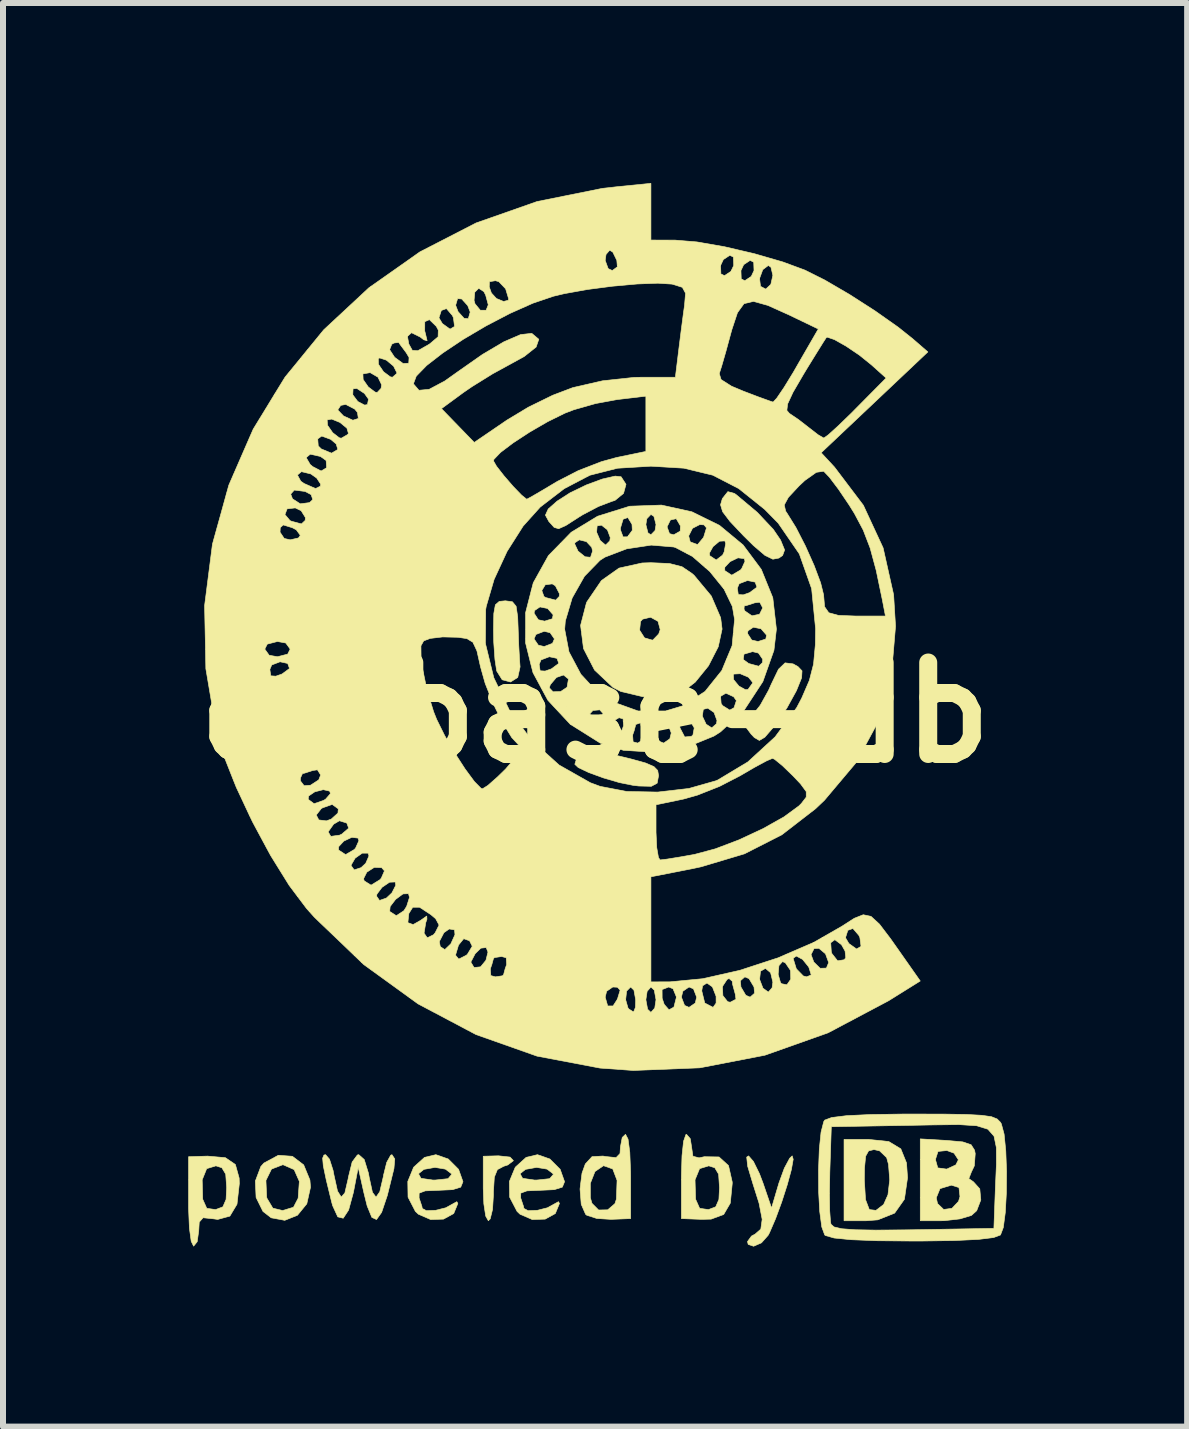
<source format=kicad_pcb>
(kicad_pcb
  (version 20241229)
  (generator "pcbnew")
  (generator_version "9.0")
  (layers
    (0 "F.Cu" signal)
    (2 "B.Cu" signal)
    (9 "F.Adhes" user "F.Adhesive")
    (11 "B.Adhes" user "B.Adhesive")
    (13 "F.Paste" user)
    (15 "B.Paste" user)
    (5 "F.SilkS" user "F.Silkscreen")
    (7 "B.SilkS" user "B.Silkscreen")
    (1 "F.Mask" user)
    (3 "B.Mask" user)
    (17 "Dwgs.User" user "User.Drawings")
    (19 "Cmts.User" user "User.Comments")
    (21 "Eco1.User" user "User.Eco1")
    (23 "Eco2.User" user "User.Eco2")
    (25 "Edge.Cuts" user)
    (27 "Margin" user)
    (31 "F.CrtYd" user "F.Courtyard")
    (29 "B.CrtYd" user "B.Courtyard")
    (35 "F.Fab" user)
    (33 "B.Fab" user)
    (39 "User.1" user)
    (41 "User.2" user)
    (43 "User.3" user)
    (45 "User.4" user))
  (footprint "c-base-db"
    (layer "F.Cu")
    (at 6.865 8.824)
    (property "Reference" "c-base-db" (at 0 0 0) (layer "F.SilkS") (effects (font (size 1.524 1.524) (thickness 0.3))))
    (attr through_hole)
    (fp_poly (pts (xy -1.416 7.406) (xy -1.36 7.466) (xy -1.453 7.537) (xy -1.524 7.56) (xy -1.627 7.615) (xy -1.678 7.74) (xy -1.693 7.981) (xy -1.693 8.035) (xy -1.708 8.279) (xy -1.747 8.436) (xy -1.778 8.467) (xy -1.822 8.389) (xy -1.853 8.184) (xy -1.863 7.929) (xy -1.863 7.392) (xy -1.609 7.385) (xy -1.416 7.406)) (stroke (width 0.01) (type solid)) (fill yes) (layer "F.SilkS"))
    (fp_poly (pts (xy 2.323 -3.652) (xy 2.355 -3.629) (xy 2.703 -3.337) (xy 2.971 -3.052) (xy 3.092 -2.874) (xy 3.159 -2.71) (xy 3.125 -2.618) (xy 3.063 -2.575) (xy 2.963 -2.556) (xy 2.832 -2.619) (xy 2.64 -2.783) (xy 2.476 -2.945) (xy 2.248 -3.186) (xy 2.126 -3.347) (xy 2.091 -3.463) (xy 2.122 -3.567) (xy 2.213 -3.682) (xy 2.323 -3.652)) (stroke (width 0.01) (type solid)) (fill yes) (layer "F.SilkS"))
    (fp_poly (pts (xy -1.377 -1.847) (xy -1.315 -1.772) (xy -1.289 -1.596) (xy -1.282 -1.418) (xy -1.271 -1.117) (xy -1.256 -0.854) (xy -1.249 -0.762) (xy -1.288 -0.586) (xy -1.408 -0.51) (xy -1.547 -0.547) (xy -1.639 -0.694) (xy -1.668 -0.887) (xy -1.688 -1.173) (xy -1.692 -1.376) (xy -1.687 -1.65) (xy -1.661 -1.796) (xy -1.596 -1.853) (xy -1.494 -1.863) (xy -1.377 -1.847)) (stroke (width 0.01) (type solid)) (fill yes) (layer "F.SilkS"))
    (fp_poly (pts (xy 0.141 0.665) (xy 0.219 0.681) (xy 0.599 0.772) (xy 0.844 0.84) (xy 0.982 0.9) (xy 1.044 0.964) (xy 1.058 1.047) (xy 1.058 1.053) (xy 1.035 1.176) (xy 0.938 1.228) (xy 0.729 1.223) (xy 0.635 1.212) (xy 0.406 1.166) (xy 0.143 1.089) (xy -0.102 1) (xy -0.279 0.916) (xy -0.337 0.861) (xy -0.288 0.702) (xy -0.135 0.638) (xy 0.141 0.665)) (stroke (width 0.01) (type solid)) (fill yes) (layer "F.SilkS"))
    (fp_poly (pts (xy 0.434 -3.93) (xy 0.516 -3.804) (xy 0.475 -3.653) (xy 0.332 -3.536) (xy 0.275 -3.518) (xy 0.055 -3.434) (xy -0.205 -3.297) (xy -0.273 -3.255) (xy -0.486 -3.118) (xy -0.606 -3.064) (xy -0.681 -3.086) (xy -0.763 -3.177) (xy -0.77 -3.185) (xy -0.827 -3.29) (xy -0.78 -3.393) (xy -0.633 -3.523) (xy -0.415 -3.663) (xy -0.146 -3.793) (xy 0.121 -3.892) (xy 0.336 -3.941) (xy 0.434 -3.93)) (stroke (width 0.01) (type solid)) (fill yes) (layer "F.SilkS"))
    (fp_poly (pts (xy 3.3 -0.812) (xy 3.381 -0.767) (xy 3.449 -0.696) (xy 3.442 -0.579) (xy 3.356 -0.366) (xy 3.197 -0.077) (xy 3.003 0.206) (xy 2.977 0.239) (xy 2.829 0.41) (xy 2.738 0.464) (xy 2.655 0.416) (xy 2.6 0.358) (xy 2.504 0.23) (xy 2.531 0.134) (xy 2.619 0.047) (xy 2.753 -0.123) (xy 2.892 -0.373) (xy 2.937 -0.474) (xy 3.057 -0.723) (xy 3.167 -0.829) (xy 3.3 -0.812)) (stroke (width 0.01) (type solid)) (fill yes) (layer "F.SilkS"))
    (fp_poly (pts (xy 3.302 7.443) (xy 3.271 7.617) (xy 3.203 7.867) (xy 3.111 8.153) (xy 3.008 8.433) (xy 2.907 8.667) (xy 2.884 8.71) (xy 2.773 8.835) (xy 2.642 8.892) (xy 2.552 8.861) (xy 2.54 8.814) (xy 2.607 8.722) (xy 2.667 8.69) (xy 2.762 8.607) (xy 2.785 8.444) (xy 2.733 8.175) (xy 2.627 7.839) (xy 2.543 7.558) (xy 2.527 7.407) (xy 2.558 7.386) (xy 2.639 7.479) (xy 2.739 7.682) (xy 2.798 7.837) (xy 2.941 8.255) (xy 3.065 7.836) (xy 3.154 7.592) (xy 3.243 7.426) (xy 3.285 7.386) (xy 3.302 7.443)) (stroke (width 0.01) (type solid)) (fill yes) (layer "F.SilkS"))
    (fp_poly (pts (xy 4.894 7.147) (xy 5.095 7.269) (xy 5.19 7.504) (xy 5.207 7.751) (xy 5.155 8.109) (xy 4.992 8.34) (xy 4.711 8.452) (xy 4.517 8.467) (xy 4.149 8.467) (xy 4.149 7.789) (xy 4.487 7.789) (xy 4.507 8.115) (xy 4.57 8.281) (xy 4.681 8.294) (xy 4.809 8.196) (xy 4.881 8.034) (xy 4.91 7.786) (xy 4.89 7.528) (xy 4.859 7.415) (xy 4.741 7.302) (xy 4.648 7.281) (xy 4.558 7.303) (xy 4.509 7.392) (xy 4.49 7.587) (xy 4.487 7.789) (xy 4.149 7.789) (xy 4.149 7.112) (xy 4.562 7.112) (xy 4.894 7.147)) (stroke (width 0.01) (type solid)) (fill yes) (layer "F.SilkS"))
    (fp_poly (pts (xy -5.043 7.393) (xy -4.855 7.536) (xy -4.751 7.788) (xy -4.741 7.909) (xy -4.803 8.185) (xy -4.959 8.376) (xy -5.17 8.46) (xy -5.396 8.418) (xy -5.533 8.312) (xy -5.648 8.079) (xy -5.66 7.805) (xy -5.656 7.795) (xy -5.484 7.795) (xy -5.472 8.072) (xy -5.467 8.092) (xy -5.369 8.257) (xy -5.207 8.297) (xy -5.025 8.242) (xy -4.947 8.092) (xy -4.927 7.811) (xy -5.014 7.615) (xy -5.193 7.536) (xy -5.207 7.535) (xy -5.391 7.606) (xy -5.484 7.795) (xy -5.656 7.795) (xy -5.569 7.564) (xy -5.518 7.506) (xy -5.277 7.376) (xy -5.043 7.393)) (stroke (width 0.01) (type solid)) (fill yes) (layer "F.SilkS"))
    (fp_poly (pts (xy 1.587 7.1) (xy 1.609 7.241) (xy 1.631 7.392) (xy 1.733 7.419) (xy 1.821 7.4) (xy 2.066 7.404) (xy 2.224 7.548) (xy 2.286 7.822) (xy 2.286 7.848) (xy 2.254 8.173) (xy 2.144 8.362) (xy 1.935 8.44) (xy 1.777 8.444) (xy 1.439 8.431) (xy 1.439 7.785) (xy 1.666 7.785) (xy 1.675 8.095) (xy 1.677 8.112) (xy 1.743 8.26) (xy 1.89 8.281) (xy 2.011 8.235) (xy 2.064 8.112) (xy 2.074 7.916) (xy 2.059 7.691) (xy 1.995 7.584) (xy 1.895 7.552) (xy 1.742 7.599) (xy 1.666 7.785) (xy 1.439 7.785) (xy 1.439 7.729) (xy 1.449 7.385) (xy 1.475 7.142) (xy 1.514 7.031) (xy 1.524 7.027) (xy 1.587 7.1)) (stroke (width 0.01) (type solid)) (fill yes) (layer "F.SilkS"))
    (fp_poly (pts (xy -6.16 7.416) (xy -5.993 7.53) (xy -5.93 7.756) (xy -5.927 7.848) (xy -5.966 8.192) (xy -6.085 8.39) (xy -6.287 8.445) (xy -6.358 8.435) (xy -6.531 8.417) (xy -6.595 8.49) (xy -6.604 8.638) (xy -6.629 8.816) (xy -6.688 8.89) (xy -6.689 8.89) (xy -6.729 8.81) (xy -6.759 8.59) (xy -6.773 8.258) (xy -6.773 8.145) (xy -6.773 7.785) (xy -6.546 7.785) (xy -6.538 8.095) (xy -6.536 8.112) (xy -6.47 8.26) (xy -6.322 8.281) (xy -6.201 8.235) (xy -6.148 8.112) (xy -6.138 7.916) (xy -6.154 7.691) (xy -6.218 7.584) (xy -6.318 7.552) (xy -6.471 7.599) (xy -6.546 7.785) (xy -6.773 7.785) (xy -6.773 7.4) (xy -6.456 7.39) (xy -6.16 7.416)) (stroke (width 0.01) (type solid)) (fill yes) (layer "F.SilkS"))
    (fp_poly (pts (xy 0.55 7.107) (xy 0.579 7.325) (xy 0.592 7.65) (xy 0.593 7.729) (xy 0.593 8.431) (xy 0.266 8.444) (xy 0.029 8.429) (xy -0.138 8.375) (xy -0.157 8.36) (xy -0.23 8.193) (xy -0.25 7.939) (xy -0.239 7.845) (xy -0.079 7.845) (xy -0.078 8.084) (xy -0.051 8.177) (xy 0.059 8.288) (xy 0.211 8.285) (xy 0.331 8.182) (xy 0.356 8.107) (xy 0.367 7.794) (xy 0.295 7.604) (xy 0.145 7.551) (xy 0.137 7.552) (xy -0.001 7.647) (xy -0.079 7.845) (xy -0.239 7.845) (xy -0.217 7.674) (xy -0.162 7.521) (xy -0.05 7.399) (xy 0.132 7.389) (xy 0.177 7.397) (xy 0.351 7.415) (xy 0.416 7.347) (xy 0.423 7.237) (xy 0.453 7.079) (xy 0.508 7.027) (xy 0.55 7.107)) (stroke (width 0.01) (type solid)) (fill yes) (layer "F.SilkS"))
    (fp_poly (pts (xy 1.242 -2.484) (xy 1.449 -2.431) (xy 1.616 -2.318) (xy 1.652 -2.286) (xy 1.937 -1.943) (xy 2.093 -1.581) (xy 2.117 -1.392) (xy 2.053 -1.097) (xy 1.89 -0.779) (xy 1.67 -0.508) (xy 1.524 -0.395) (xy 1.187 -0.279) (xy 0.796 -0.265) (xy 0.43 -0.352) (xy 0.296 -0.422) (xy -0.008 -0.709) (xy -0.192 -1.067) (xy -0.231 -1.373) (xy 0.743 -1.373) (xy 0.825 -1.245) (xy 0.954 -1.208) (xy 0.965 -1.211) (xy 1.061 -1.311) (xy 1.086 -1.383) (xy 1.049 -1.521) (xy 0.926 -1.589) (xy 0.792 -1.557) (xy 0.758 -1.518) (xy 0.743 -1.373) (xy -0.231 -1.373) (xy -0.241 -1.453) (xy -0.144 -1.827) (xy -0.135 -1.846) (xy 0.106 -2.2) (xy 0.4 -2.408) (xy 0.784 -2.493) (xy 0.931 -2.498) (xy 1.242 -2.484)) (stroke (width 0.01) (type solid)) (fill yes) (layer "F.SilkS"))
    (fp_poly (pts (xy -3.337 7.437) (xy -3.351 7.599) (xy -3.461 8.045) (xy -3.556 8.327) (xy -3.641 8.447) (xy -3.719 8.411) (xy -3.797 8.221) (xy -3.853 7.995) (xy -3.946 7.578) (xy -4.026 7.994) (xy -4.106 8.288) (xy -4.196 8.425) (xy -4.287 8.402) (xy -4.373 8.214) (xy -4.389 8.155) (xy -4.479 7.786) (xy -4.528 7.552) (xy -4.539 7.424) (xy -4.517 7.372) (xy -4.49 7.366) (xy -4.425 7.441) (xy -4.365 7.628) (xy -4.35 7.707) (xy -4.291 7.973) (xy -4.229 8.072) (xy -4.169 8.004) (xy -4.114 7.768) (xy -4.111 7.746) (xy -4.047 7.488) (xy -3.96 7.371) (xy -3.937 7.366) (xy -3.846 7.447) (xy -3.776 7.673) (xy -3.763 7.746) (xy -3.709 7.994) (xy -3.649 8.073) (xy -3.587 7.984) (xy -3.527 7.729) (xy -3.524 7.707) (xy -3.471 7.494) (xy -3.405 7.375) (xy -3.384 7.366) (xy -3.337 7.437)) (stroke (width 0.01) (type solid)) (fill yes) (layer "F.SilkS"))
    (fp_poly (pts (xy -2.446 7.438) (xy -2.274 7.61) (xy -2.201 7.816) (xy -2.201 7.817) (xy -2.238 7.907) (xy -2.373 7.949) (xy -2.591 7.959) (xy -2.829 7.969) (xy -2.931 8.007) (xy -2.932 8.088) (xy -2.93 8.093) (xy -2.885 8.228) (xy -2.879 8.262) (xy -2.811 8.299) (xy -2.656 8.293) (xy -2.487 8.251) (xy -2.388 8.196) (xy -2.303 8.149) (xy -2.286 8.179) (xy -2.355 8.347) (xy -2.525 8.44) (xy -2.739 8.447) (xy -2.942 8.359) (xy -2.993 8.312) (xy -3.116 8.074) (xy -3.12 7.812) (xy -3.067 7.684) (xy -2.942 7.684) (xy -2.9 7.76) (xy -2.702 7.789) (xy -2.667 7.789) (xy -2.449 7.766) (xy -2.389 7.695) (xy -2.392 7.684) (xy -2.493 7.607) (xy -2.667 7.578) (xy -2.852 7.611) (xy -2.942 7.684) (xy -3.067 7.684) (xy -3.023 7.575) (xy -2.841 7.411) (xy -2.652 7.366) (xy -2.446 7.438)) (stroke (width 0.01) (type solid)) (fill yes) (layer "F.SilkS"))
    (fp_poly (pts (xy -0.753 7.438) (xy -0.581 7.61) (xy -0.508 7.816) (xy -0.508 7.817) (xy -0.545 7.907) (xy -0.68 7.949) (xy -0.898 7.959) (xy -1.135 7.969) (xy -1.238 8.007) (xy -1.239 8.088) (xy -1.237 8.093) (xy -1.192 8.228) (xy -1.185 8.262) (xy -1.117 8.299) (xy -0.962 8.293) (xy -0.794 8.251) (xy -0.694 8.196) (xy -0.609 8.149) (xy -0.593 8.179) (xy -0.662 8.347) (xy -0.831 8.44) (xy -1.046 8.447) (xy -1.249 8.359) (xy -1.299 8.312) (xy -1.423 8.074) (xy -1.427 7.812) (xy -1.374 7.684) (xy -1.249 7.684) (xy -1.207 7.76) (xy -1.009 7.789) (xy -0.974 7.789) (xy -0.756 7.766) (xy -0.695 7.695) (xy -0.699 7.684) (xy -0.799 7.607) (xy -0.974 7.578) (xy -1.159 7.611) (xy -1.249 7.684) (xy -1.374 7.684) (xy -1.329 7.575) (xy -1.148 7.411) (xy -0.959 7.366) (xy -0.753 7.438)) (stroke (width 0.01) (type solid)) (fill yes) (layer "F.SilkS"))
    (fp_poly (pts (xy 5.863 7.129) (xy 6.127 7.153) (xy 6.266 7.2) (xy 6.324 7.291) (xy 6.335 7.349) (xy 6.32 7.552) (xy 6.27 7.657) (xy 6.228 7.765) (xy 6.306 7.819) (xy 6.411 7.936) (xy 6.428 8.12) (xy 6.359 8.3) (xy 6.271 8.379) (xy 6.081 8.436) (xy 5.82 8.466) (xy 5.763 8.467) (xy 5.419 8.467) (xy 5.419 8.085) (xy 5.686 8.085) (xy 5.707 8.181) (xy 5.809 8.279) (xy 5.947 8.26) (xy 6.057 8.144) (xy 6.081 8.064) (xy 6.064 7.914) (xy 5.938 7.874) (xy 5.748 7.932) (xy 5.686 8.085) (xy 5.419 8.085) (xy 5.419 7.451) (xy 5.673 7.451) (xy 5.711 7.586) (xy 5.855 7.606) (xy 5.863 7.605) (xy 6.012 7.536) (xy 6.054 7.451) (xy 5.982 7.341) (xy 5.863 7.297) (xy 5.715 7.312) (xy 5.673 7.443) (xy 5.673 7.451) (xy 5.419 7.451) (xy 5.419 7.103) (xy 5.863 7.129)) (stroke (width 0.01) (type solid)) (fill yes) (layer "F.SilkS"))
    (fp_poly (pts (xy 5.82 6.69) (xy 6.191 6.696) (xy 6.444 6.71) (xy 6.605 6.733) (xy 6.7 6.771) (xy 6.753 6.824) (xy 6.77 6.852) (xy 6.816 7.023) (xy 6.844 7.302) (xy 6.857 7.644) (xy 6.854 8.002) (xy 6.836 8.329) (xy 6.803 8.579) (xy 6.756 8.704) (xy 6.641 8.747) (xy 6.389 8.778) (xy 5.989 8.797) (xy 5.433 8.805) (xy 5.292 8.805) (xy 4.7 8.8) (xy 4.268 8.783) (xy 3.985 8.755) (xy 3.841 8.714) (xy 3.827 8.704) (xy 3.778 8.57) (xy 3.744 8.314) (xy 3.727 8.007) (xy 3.906 8.007) (xy 3.91 8.3) (xy 3.924 8.489) (xy 3.932 8.526) (xy 3.982 8.57) (xy 4.109 8.6) (xy 4.333 8.617) (xy 4.676 8.623) (xy 5.162 8.619) (xy 5.311 8.617) (xy 6.646 8.594) (xy 6.671 7.917) (xy 6.688 7.528) (xy 6.687 7.247) (xy 6.648 7.058) (xy 6.546 6.942) (xy 6.359 6.884) (xy 6.064 6.865) (xy 5.638 6.87) (xy 5.268 6.877) (xy 3.937 6.9) (xy 3.912 7.656) (xy 3.906 8.007) (xy 3.727 8.007) (xy 3.726 7.982) (xy 3.724 7.619) (xy 3.737 7.273) (xy 3.766 6.99) (xy 3.811 6.815) (xy 3.827 6.79) (xy 3.942 6.747) (xy 4.192 6.716) (xy 4.589 6.697) (xy 5.143 6.689) (xy 5.306 6.689) (xy 5.82 6.69)) (stroke (width 0.01) (type solid)) (fill yes) (layer "F.SilkS"))
    (fp_poly (pts (xy 1.614 -3.346) (xy 2.074 -3.12) (xy 2.467 -2.794) (xy 2.77 -2.387) (xy 2.962 -1.914) (xy 3.022 -1.391) (xy 2.981 -1.038) (xy 2.796 -0.516) (xy 2.489 -0.047) (xy 2.092 0.32) (xy 1.981 0.391) (xy 1.513 0.582) (xy 0.991 0.662) (xy 0.473 0.628) (xy 0.085 0.507) (xy -0.317 0.254) (xy 0.229 0.254) (xy 0.236 0.395) (xy 0.304 0.423) (xy 0.412 0.403) (xy 0.423 0.388) (xy 0.427 0.374) (xy 0.626 0.374) (xy 0.634 0.487) (xy 0.711 0.508) (xy 0.824 0.437) (xy 0.847 0.339) (xy 1.016 0.339) (xy 1.069 0.477) (xy 1.143 0.508) (xy 1.246 0.437) (xy 1.27 0.339) (xy 1.217 0.201) (xy 1.143 0.169) (xy 1.04 0.24) (xy 1.016 0.339) (xy 0.847 0.339) (xy 0.811 0.201) (xy 0.762 0.169) (xy 0.68 0.197) (xy 0.677 0.205) (xy 0.651 0.304) (xy 0.626 0.374) (xy 0.427 0.374) (xy 0.45 0.288) (xy 0.475 0.219) (xy 0.47 0.15) (xy 1.406 0.15) (xy 1.415 0.254) (xy 1.494 0.406) (xy 1.605 0.396) (xy 1.631 0.373) (xy 1.653 0.255) (xy 1.581 0.131) (xy 1.481 0.085) (xy 1.406 0.15) (xy 0.47 0.15) (xy 0.467 0.104) (xy 0.4 0.085) (xy 0.279 0.156) (xy 0.229 0.254) (xy -0.317 0.254) (xy -0.413 0.194) (xy -0.416 0.191) (xy -0.168 0.191) (xy -0.119 0.252) (xy -0.004 0.211) (xy 0.078 0.135) (xy 0.114 0.059) (xy 1.788 0.059) (xy 1.851 0.193) (xy 1.945 0.254) (xy 2.023 0.186) (xy 2.032 0.132) (xy 1.983 -0.002) (xy 1.879 -0.074) (xy 1.804 -0.054) (xy 1.788 0.059) (xy 0.114 0.059) (xy 0.134 0.017) (xy 0.079 -0.046) (xy -0.035 -0.036) (xy -0.137 0.076) (xy -0.168 0.191) (xy -0.416 0.191) (xy -0.689 -0.101) (xy -0.47 -0.101) (xy -0.462 -0.079) (xy -0.362 -0.044) (xy -0.23 -0.084) (xy -0.169 -0.164) (xy -0.22 -0.277) (xy -0.225 -0.281) (xy -0.323 -0.287) (xy -0.429 -0.206) (xy -0.47 -0.101) (xy -0.689 -0.101) (xy -0.786 -0.206) (xy -0.898 -0.413) (xy -0.762 -0.413) (xy -0.7 -0.347) (xy -0.573 -0.351) (xy -0.467 -0.422) (xy -0.466 -0.423) (xy -0.443 -0.56) (xy -0.526 -0.627) (xy -0.643 -0.586) (xy -0.745 -0.466) (xy -0.762 -0.413) (xy -0.898 -0.413) (xy -1.034 -0.666) (xy -1.069 -0.804) (xy -0.931 -0.804) (xy -0.915 -0.697) (xy -0.832 -0.692) (xy -0.727 -0.729) (xy -0.604 -0.82) (xy -0.634 -0.904) (xy -0.762 -0.931) (xy -0.9 -0.878) (xy -0.931 -0.804) (xy -1.069 -0.804) (xy -1.158 -1.163) (xy -1.158 -1.228) (xy -1.016 -1.228) (xy -0.945 -1.124) (xy -0.847 -1.101) (xy -0.709 -1.154) (xy -0.677 -1.228) (xy -0.748 -1.331) (xy -0.847 -1.355) (xy -0.985 -1.302) (xy -1.016 -1.228) (xy -1.158 -1.228) (xy -1.157 -1.389) (xy -0.506 -1.389) (xy -0.434 -1.012) (xy -0.236 -0.639) (xy 0.053 -0.327) (xy 0.251 -0.195) (xy 0.718 -0.027) (xy 1.175 -0.027) (xy 1.467 -0.115) (xy 1.707 -0.271) (xy 2.092 -0.271) (xy 2.101 -0.152) (xy 2.126 -0.116) (xy 2.245 -0.042) (xy 2.316 -0.081) (xy 2.355 -0.2) (xy 2.31 -0.264) (xy 2.18 -0.324) (xy 2.092 -0.271) (xy 1.707 -0.271) (xy 1.833 -0.353) (xy 2.062 -0.639) (xy 2.304 -0.639) (xy 2.309 -0.55) (xy 2.398 -0.442) (xy 2.508 -0.381) (xy 2.55 -0.387) (xy 2.623 -0.489) (xy 2.625 -0.504) (xy 2.557 -0.589) (xy 2.419 -0.648) (xy 2.307 -0.642) (xy 2.304 -0.639) (xy 2.062 -0.639) (xy 2.112 -0.701) (xy 2.188 -0.885) (xy 2.469 -0.885) (xy 2.561 -0.818) (xy 2.727 -0.773) (xy 2.79 -0.833) (xy 2.794 -0.889) (xy 2.723 -0.992) (xy 2.625 -1.016) (xy 2.482 -0.974) (xy 2.469 -0.885) (xy 2.188 -0.885) (xy 2.284 -1.115) (xy 2.303 -1.319) (xy 2.54 -1.319) (xy 2.611 -1.209) (xy 2.716 -1.185) (xy 2.845 -1.226) (xy 2.858 -1.291) (xy 2.766 -1.397) (xy 2.638 -1.423) (xy 2.549 -1.363) (xy 2.54 -1.319) (xy 2.303 -1.319) (xy 2.325 -1.552) (xy 2.296 -1.723) (xy 2.482 -1.723) (xy 2.498 -1.693) (xy 2.615 -1.613) (xy 2.741 -1.639) (xy 2.794 -1.745) (xy 2.744 -1.84) (xy 2.66 -1.829) (xy 2.522 -1.784) (xy 2.486 -1.778) (xy 2.482 -1.723) (xy 2.296 -1.723) (xy 2.288 -1.769) (xy 2.149 -2.058) (xy 2.136 -2.074) (xy 2.371 -2.074) (xy 2.387 -1.967) (xy 2.47 -1.962) (xy 2.575 -1.999) (xy 2.698 -2.09) (xy 2.668 -2.174) (xy 2.54 -2.201) (xy 2.402 -2.148) (xy 2.371 -2.074) (xy 2.136 -2.074) (xy 1.91 -2.353) (xy 1.831 -2.421) (xy 2.161 -2.421) (xy 2.162 -2.366) (xy 2.278 -2.29) (xy 2.423 -2.376) (xy 2.444 -2.4) (xy 2.499 -2.522) (xy 2.486 -2.566) (xy 2.382 -2.579) (xy 2.249 -2.515) (xy 2.161 -2.421) (xy 1.831 -2.421) (xy 1.623 -2.602) (xy 1.519 -2.657) (xy 1.905 -2.657) (xy 1.911 -2.615) (xy 2.019 -2.543) (xy 2.125 -2.624) (xy 2.152 -2.679) (xy 2.177 -2.819) (xy 2.163 -2.861) (xy 2.074 -2.856) (xy 1.966 -2.766) (xy 1.905 -2.657) (xy 1.519 -2.657) (xy 1.34 -2.751) (xy 1.309 -2.76) (xy 0.936 -2.791) (xy 0.527 -2.729) (xy 0.166 -2.591) (xy 0.083 -2.538) (xy -0.176 -2.272) (xy -0.381 -1.91) (xy -0.495 -1.527) (xy -0.506 -1.389) (xy -1.157 -1.389) (xy -1.157 -1.657) (xy -1.016 -1.657) (xy -0.945 -1.547) (xy -0.84 -1.524) (xy -0.711 -1.564) (xy -0.698 -1.63) (xy -0.79 -1.735) (xy -0.918 -1.761) (xy -1.007 -1.701) (xy -1.016 -1.657) (xy -1.157 -1.657) (xy -1.156 -1.67) (xy -1.063 -2.034) (xy -0.887 -2.034) (xy -0.851 -1.934) (xy -0.821 -1.917) (xy -0.656 -1.874) (xy -0.596 -1.936) (xy -0.593 -1.981) (xy -0.661 -2.113) (xy -0.713 -2.145) (xy -0.829 -2.13) (xy -0.887 -2.034) (xy -1.063 -2.034) (xy -1.029 -2.163) (xy -0.777 -2.616) (xy -0.586 -2.811) (xy -0.339 -2.811) (xy -0.283 -2.691) (xy -0.167 -2.597) (xy -0.075 -2.588) (xy -0.041 -2.691) (xy -0.055 -2.754) (xy -0.143 -2.849) (xy -0.263 -2.879) (xy -0.336 -2.83) (xy -0.339 -2.811) (xy -0.586 -2.811) (xy -0.398 -3.004) (xy -0.395 -3.006) (xy 0.026 -3.006) (xy 0.086 -2.868) (xy 0.173 -2.794) (xy 0.178 -2.794) (xy 0.246 -2.862) (xy 0.254 -2.916) (xy 0.206 -3.046) (xy 0.423 -3.046) (xy 0.467 -2.928) (xy 0.541 -2.929) (xy 0.552 -2.944) (xy 1.56 -2.944) (xy 1.586 -2.845) (xy 1.709 -2.8) (xy 1.807 -2.918) (xy 1.811 -2.928) (xy 1.857 -3.078) (xy 1.816 -3.128) (xy 1.745 -3.133) (xy 1.624 -3.071) (xy 1.56 -2.944) (xy 0.552 -2.944) (xy 0.621 -3.037) (xy 0.616 -3.133) (xy 0.847 -3.133) (xy 0.882 -2.995) (xy 0.931 -2.963) (xy 1 -3.034) (xy 1.01 -3.095) (xy 1.2 -3.095) (xy 1.241 -2.982) (xy 1.312 -2.963) (xy 1.419 -3.024) (xy 1.423 -3.111) (xy 1.353 -3.231) (xy 1.256 -3.21) (xy 1.2 -3.095) (xy 1.01 -3.095) (xy 1.016 -3.133) (xy 0.981 -3.27) (xy 0.931 -3.302) (xy 0.863 -3.231) (xy 0.847 -3.133) (xy 0.616 -3.133) (xy 0.616 -3.137) (xy 0.547 -3.25) (xy 0.468 -3.223) (xy 0.424 -3.077) (xy 0.423 -3.046) (xy 0.206 -3.046) (xy 0.206 -3.046) (xy 0.107 -3.124) (xy 0.035 -3.111) (xy 0.026 -3.006) (xy -0.395 -3.006) (xy 0.042 -3.272) (xy 0.576 -3.439) (xy 1.107 -3.458) (xy 1.614 -3.346)) (stroke (width 0.01) (type solid)) (fill yes) (layer "F.SilkS"))
    (fp_poly (pts (xy 0.931 -7.874) (xy 1.333 -7.873) (xy 1.697 -7.843) (xy 2.157 -7.763) (xy 2.654 -7.647) (xy 3.13 -7.509) (xy 3.498 -7.373) (xy 3.831 -7.206) (xy 4.239 -6.968) (xy 4.664 -6.695) (xy 5.05 -6.423) (xy 5.292 -6.23) (xy 5.546 -6.01) (xy 4.657 -5.17) (xy 3.768 -4.33) (xy 3.99 -4.091) (xy 4.471 -3.455) (xy 4.8 -2.745) (xy 4.975 -1.964) (xy 5.007 -1.439) (xy 4.937 -0.605) (xy 4.72 0.149) (xy 4.35 0.834) (xy 3.823 1.46) (xy 3.675 1.601) (xy 3.111 2.037) (xy 2.49 2.353) (xy 1.768 2.569) (xy 1.619 2.601) (xy 0.931 2.736) (xy 0.931 4.487) (xy 1.249 4.486) (xy 1.794 4.434) (xy 2.413 4.294) (xy 3.009 4.099) (xy 3.302 4.099) (xy 3.354 4.269) (xy 3.47 4.388) (xy 3.526 4.403) (xy 3.602 4.371) (xy 3.565 4.25) (xy 3.556 4.233) (xy 3.458 4.112) (xy 3.354 4.056) (xy 3.302 4.093) (xy 3.302 4.099) (xy 3.009 4.099) (xy 3.051 4.086) (xy 3.174 4.032) (xy 3.599 4.032) (xy 3.645 4.156) (xy 3.751 4.26) (xy 3.855 4.257) (xy 3.893 4.165) (xy 3.84 4.019) (xy 3.731 3.928) (xy 3.65 3.931) (xy 3.599 4.032) (xy 3.174 4.032) (xy 3.63 3.835) (xy 3.927 3.835) (xy 3.937 3.988) (xy 3.946 4.014) (xy 4.042 4.136) (xy 4.152 4.118) (xy 4.178 4.084) (xy 4.166 3.973) (xy 4.107 3.868) (xy 3.996 3.784) (xy 3.927 3.835) (xy 3.63 3.835) (xy 3.648 3.827) (xy 3.78 3.751) (xy 4.173 3.751) (xy 4.23 3.848) (xy 4.358 3.939) (xy 4.432 3.895) (xy 4.413 3.749) (xy 4.395 3.711) (xy 4.297 3.597) (xy 4.212 3.628) (xy 4.173 3.751) (xy 3.78 3.751) (xy 4.115 3.559) (xy 4.32 3.427) (xy 4.469 3.368) (xy 4.598 3.395) (xy 4.739 3.524) (xy 4.925 3.769) (xy 5.068 3.972) (xy 5.419 4.472) (xy 4.89 4.802) (xy 3.882 5.336) (xy 2.83 5.709) (xy 1.745 5.919) (xy 0.638 5.963) (xy 0.082 5.923) (xy -0.967 5.724) (xy -1.983 5.365) (xy -2.95 4.853) (xy -3.104 4.741) (xy 0.169 4.741) (xy 0.211 4.888) (xy 0.3 4.888) (xy 0.367 4.784) (xy 0.51 4.784) (xy 0.549 4.921) (xy 0.564 4.939) (xy 0.642 4.989) (xy 0.673 4.911) (xy 0.677 4.784) (xy 0.847 4.784) (xy 0.876 4.943) (xy 0.931 4.995) (xy 0.995 4.923) (xy 1.016 4.784) (xy 0.987 4.625) (xy 0.977 4.615) (xy 1.117 4.615) (xy 1.118 4.759) (xy 1.152 4.861) (xy 1.232 4.952) (xy 1.314 4.907) (xy 1.354 4.75) (xy 1.355 4.741) (xy 1.439 4.741) (xy 1.492 4.879) (xy 1.566 4.911) (xy 1.67 4.84) (xy 1.693 4.741) (xy 1.653 4.636) (xy 1.778 4.636) (xy 1.828 4.839) (xy 1.967 4.911) (xy 2.017 4.841) (xy 2.017 4.727) (xy 1.956 4.571) (xy 1.947 4.564) (xy 2.123 4.564) (xy 2.13 4.716) (xy 2.21 4.817) (xy 2.253 4.826) (xy 2.348 4.776) (xy 2.337 4.692) (xy 2.292 4.527) (xy 2.286 4.475) (xy 2.277 4.468) (xy 2.422 4.468) (xy 2.431 4.572) (xy 2.512 4.71) (xy 2.584 4.741) (xy 2.658 4.676) (xy 2.649 4.572) (xy 2.574 4.446) (xy 2.742 4.446) (xy 2.798 4.592) (xy 2.888 4.657) (xy 2.95 4.586) (xy 2.963 4.492) (xy 2.932 4.361) (xy 3.051 4.361) (xy 3.09 4.497) (xy 3.106 4.517) (xy 3.197 4.535) (xy 3.261 4.443) (xy 3.257 4.3) (xy 3.253 4.29) (xy 3.171 4.169) (xy 3.124 4.149) (xy 3.064 4.216) (xy 3.051 4.361) (xy 2.932 4.361) (xy 2.925 4.334) (xy 2.84 4.262) (xy 2.757 4.309) (xy 2.742 4.446) (xy 2.574 4.446) (xy 2.568 4.434) (xy 2.496 4.403) (xy 2.422 4.468) (xy 2.277 4.468) (xy 2.234 4.431) (xy 2.201 4.445) (xy 2.123 4.564) (xy 1.947 4.564) (xy 1.865 4.506) (xy 1.792 4.552) (xy 1.778 4.636) (xy 1.653 4.636) (xy 1.64 4.603) (xy 1.566 4.572) (xy 1.463 4.643) (xy 1.439 4.741) (xy 1.355 4.741) (xy 1.355 4.736) (xy 1.3 4.602) (xy 1.228 4.572) (xy 1.117 4.615) (xy 0.977 4.615) (xy 0.931 4.572) (xy 0.868 4.644) (xy 0.847 4.784) (xy 0.677 4.784) (xy 0.648 4.625) (xy 0.593 4.572) (xy 0.526 4.64) (xy 0.51 4.784) (xy 0.367 4.784) (xy 0.372 4.777) (xy 0.418 4.626) (xy 0.374 4.576) (xy 0.296 4.572) (xy 0.193 4.643) (xy 0.169 4.741) (xy -3.104 4.741) (xy -3.756 4.269) (xy -1.745 4.269) (xy -1.737 4.382) (xy -1.66 4.403) (xy -1.541 4.385) (xy -1.524 4.367) (xy -1.498 4.268) (xy -1.473 4.198) (xy -1.48 4.085) (xy -1.557 4.064) (xy -1.676 4.082) (xy -1.693 4.099) (xy -1.72 4.199) (xy -1.745 4.269) (xy -3.756 4.269) (xy -3.854 4.198) (xy -3.897 4.157) (xy -2.07 4.157) (xy -2.02 4.241) (xy -2.011 4.247) (xy -1.907 4.236) (xy -1.818 4.127) (xy -1.784 3.99) (xy -1.814 3.915) (xy -1.903 3.925) (xy -1.997 4.017) (xy -2.07 4.157) (xy -3.897 4.157) (xy -4.017 4.042) (xy -2.325 4.042) (xy -2.271 4.107) (xy -2.143 4.042) (xy -2.125 4.024) (xy -2.046 3.893) (xy -2.091 3.802) (xy -2.188 3.767) (xy -2.275 3.874) (xy -2.325 4.042) (xy -4.017 4.042) (xy -4.253 3.815) (xy -2.595 3.815) (xy -2.579 3.899) (xy -2.503 3.949) (xy -2.403 3.853) (xy -2.334 3.7) (xy -2.341 3.62) (xy -2.43 3.605) (xy -2.518 3.667) (xy -2.595 3.815) (xy -4.253 3.815) (xy -4.583 3.5) (xy -3.119 3.5) (xy -3.031 3.532) (xy -2.907 3.462) (xy -2.804 3.39) (xy -2.801 3.443) (xy -2.821 3.5) (xy -2.849 3.675) (xy -2.796 3.752) (xy -2.692 3.702) (xy -2.663 3.667) (xy -2.599 3.54) (xy -2.656 3.434) (xy -2.735 3.367) (xy -2.924 3.243) (xy -3.037 3.243) (xy -3.103 3.348) (xy -3.119 3.5) (xy -4.583 3.5) (xy -4.679 3.407) (xy -4.763 3.313) (xy -3.422 3.313) (xy -3.311 3.384) (xy -3.185 3.301) (xy -3.139 3.228) (xy -3.092 3.079) (xy -3.108 3.017) (xy -3.2 3.021) (xy -3.323 3.112) (xy -3.414 3.231) (xy -3.422 3.313) (xy -4.763 3.313) (xy -4.807 3.264) (xy -4.962 3.058) (xy -3.641 3.058) (xy -3.591 3.13) (xy -3.475 3.089) (xy -3.385 3.004) (xy -3.32 2.876) (xy -3.33 2.822) (xy -3.424 2.826) (xy -3.549 2.911) (xy -3.634 3.024) (xy -3.641 3.058) (xy -4.962 3.058) (xy -5.096 2.88) (xy -5.166 2.767) (xy -3.857 2.767) (xy -3.846 2.804) (xy -3.732 2.875) (xy -3.585 2.785) (xy -3.562 2.759) (xy -3.509 2.637) (xy -3.556 2.583) (xy -3.679 2.579) (xy -3.803 2.659) (xy -3.857 2.767) (xy -5.166 2.767) (xy -5.301 2.55) (xy -4.064 2.55) (xy -4.013 2.621) (xy -3.898 2.583) (xy -3.821 2.511) (xy -3.767 2.388) (xy -3.782 2.342) (xy -3.879 2.342) (xy -3.997 2.425) (xy -4.063 2.538) (xy -4.064 2.55) (xy -5.301 2.55) (xy -5.405 2.382) (xy -5.484 2.236) (xy -4.274 2.236) (xy -4.273 2.29) (xy -4.156 2.366) (xy -4.011 2.281) (xy -3.99 2.257) (xy -3.935 2.135) (xy -3.949 2.091) (xy -4.053 2.078) (xy -4.186 2.141) (xy -4.274 2.236) (xy -5.484 2.236) (xy -5.618 1.987) (xy -4.447 1.987) (xy -4.403 2.062) (xy -4.257 2.042) (xy -4.219 2.024) (xy -4.105 1.926) (xy -4.136 1.841) (xy -4.259 1.802) (xy -4.356 1.859) (xy -4.447 1.987) (xy -5.618 1.987) (xy -5.707 1.821) (xy -5.762 1.706) (xy -4.645 1.706) (xy -4.603 1.788) (xy -4.476 1.804) (xy -4.395 1.774) (xy -4.284 1.674) (xy -4.278 1.604) (xy -4.371 1.536) (xy 1.016 1.536) (xy 1.016 1.996) (xy 1.028 2.249) (xy 1.057 2.416) (xy 1.085 2.455) (xy 1.2 2.441) (xy 1.427 2.404) (xy 1.657 2.363) (xy 2.004 2.27) (xy 2.402 2.119) (xy 2.8 1.933) (xy 3.149 1.737) (xy 3.397 1.555) (xy 3.437 1.515) (xy 3.519 1.409) (xy 3.519 1.316) (xy 3.424 1.187) (xy 3.3 1.056) (xy 3.123 0.885) (xy 2.992 0.778) (xy 2.957 0.762) (xy 2.86 0.803) (xy 2.663 0.909) (xy 2.414 1.054) (xy 2.075 1.229) (xy 1.706 1.375) (xy 1.472 1.441) (xy 1.016 1.536) (xy -4.371 1.536) (xy -4.379 1.53) (xy -4.538 1.586) (xy -4.562 1.6) (xy -4.645 1.706) (xy -5.762 1.706) (xy -5.884 1.445) (xy -4.78 1.445) (xy -4.682 1.518) (xy -4.526 1.464) (xy -4.49 1.443) (xy -4.41 1.351) (xy -4.42 1.309) (xy -4.528 1.284) (xy -4.67 1.32) (xy -4.773 1.39) (xy -4.78 1.445) (xy -5.884 1.445) (xy -5.978 1.245) (xy -6.022 1.135) (xy -4.911 1.135) (xy -4.848 1.218) (xy -4.741 1.21) (xy -4.604 1.121) (xy -4.572 1.039) (xy -4.626 0.953) (xy -4.706 0.965) (xy -4.841 1.009) (xy -4.875 1.016) (xy -4.907 1.085) (xy -4.911 1.135) (xy -6.022 1.135) (xy -6.192 0.705) (xy -6.304 0.339) (xy -6.483 -0.72) (xy -5.419 -0.72) (xy -5.403 -0.613) (xy -5.319 -0.607) (xy -5.214 -0.644) (xy -5.091 -0.735) (xy -5.121 -0.819) (xy -5.249 -0.847) (xy -5.387 -0.794) (xy -5.419 -0.72) (xy -6.483 -0.72) (xy -6.485 -0.73) (xy -6.491 -1.058) (xy -5.503 -1.058) (xy -5.43 -0.956) (xy -5.292 -0.931) (xy -5.121 -0.975) (xy -5.08 -1.058) (xy -5.119 -1.113) (xy -2.901 -1.113) (xy -2.899 -0.942) (xy -2.874 -0.732) (xy -2.801 -0.378) (xy -2.69 -0.015) (xy -2.639 0.113) (xy -2.506 0.382) (xy -2.339 0.67) (xy -2.166 0.938) (xy -2.011 1.148) (xy -1.9 1.261) (xy -1.876 1.27) (xy -1.786 1.214) (xy -1.623 1.07) (xy -1.491 0.941) (xy -1.329 0.752) (xy -1.248 0.611) (xy -1.254 0.56) (xy -1.387 0.417) (xy -1.544 0.162) (xy -1.7 -0.156) (xy -1.831 -0.488) (xy -1.908 -0.762) (xy -1.968 -1.028) (xy -2.026 -1.153) (xy -1.827 -1.153) (xy -1.687 -0.581) (xy -1.423 -0.032) (xy -1.053 0.463) (xy -0.598 0.874) (xy -0.077 1.169) (xy 0.085 1.229) (xy 0.527 1.314) (xy 1.045 1.324) (xy 1.564 1.264) (xy 2.011 1.137) (xy 2.047 1.122) (xy 2.546 0.822) (xy 3.001 0.404) (xy 3.36 -0.083) (xy 3.444 -0.242) (xy 3.571 -0.536) (xy 3.641 -0.808) (xy 3.671 -1.132) (xy 3.675 -1.397) (xy 3.609 -2.065) (xy 3.404 -2.645) (xy 3.052 -3.157) (xy 2.828 -3.385) (xy 2.735 -3.46) (xy 3.153 -3.46) (xy 3.176 -3.357) (xy 3.199 -3.323) (xy 3.348 -3.083) (xy 3.506 -2.775) (xy 3.651 -2.45) (xy 3.759 -2.162) (xy 3.809 -1.96) (xy 3.81 -1.94) (xy 3.825 -1.764) (xy 3.895 -1.664) (xy 4.056 -1.62) (xy 4.346 -1.609) (xy 4.381 -1.609) (xy 4.839 -1.609) (xy 4.786 -1.884) (xy 4.684 -2.373) (xy 4.584 -2.742) (xy 4.469 -3.041) (xy 4.322 -3.318) (xy 4.233 -3.461) (xy 4.058 -3.72) (xy 3.906 -3.921) (xy 3.81 -4.022) (xy 3.809 -4.022) (xy 3.688 -4.004) (xy 3.496 -3.868) (xy 3.4 -3.778) (xy 3.221 -3.586) (xy 3.153 -3.46) (xy 2.735 -3.46) (xy 2.394 -3.733) (xy 1.962 -3.956) (xy 1.479 -4.073) (xy 0.931 -4.106) (xy 0.374 -4.072) (xy -0.087 -3.955) (xy -0.513 -3.732) (xy -0.913 -3.425) (xy -1.198 -3.108) (xy -1.466 -2.686) (xy -1.682 -2.219) (xy -1.813 -1.771) (xy -1.822 -1.718) (xy -1.827 -1.153) (xy -2.026 -1.153) (xy -2.033 -1.171) (xy -2.136 -1.233) (xy -2.283 -1.255) (xy -2.54 -1.261) (xy -2.749 -1.236) (xy -2.855 -1.195) (xy -2.901 -1.113) (xy -5.119 -1.113) (xy -5.154 -1.16) (xy -5.292 -1.185) (xy -5.462 -1.141) (xy -5.503 -1.058) (xy -6.491 -1.058) (xy -6.506 -1.782) (xy -6.375 -2.807) (xy -6.32 -3.006) (xy -5.249 -3.006) (xy -5.179 -2.902) (xy -5.08 -2.879) (xy -4.942 -2.91) (xy -4.911 -2.954) (xy -4.978 -3.046) (xy -5.045 -3.081) (xy -5.195 -3.127) (xy -5.245 -3.083) (xy -5.249 -3.006) (xy -6.32 -3.006) (xy -6.238 -3.3) (xy -5.167 -3.3) (xy -5.083 -3.2) (xy -5.059 -3.189) (xy -4.892 -3.144) (xy -4.83 -3.202) (xy -4.826 -3.25) (xy -4.897 -3.364) (xy -4.995 -3.411) (xy -5.131 -3.395) (xy -5.167 -3.3) (xy -6.238 -3.3) (xy -6.144 -3.641) (xy -5.071 -3.641) (xy -5.041 -3.562) (xy -4.912 -3.479) (xy -4.758 -3.499) (xy -4.703 -3.55) (xy -4.731 -3.632) (xy -4.831 -3.685) (xy -5.011 -3.708) (xy -5.071 -3.641) (xy -6.144 -3.641) (xy -6.102 -3.791) (xy -6.029 -3.959) (xy -4.959 -3.959) (xy -4.903 -3.856) (xy -4.849 -3.818) (xy -4.658 -3.734) (xy -4.577 -3.772) (xy -4.572 -3.807) (xy -4.638 -3.908) (xy -4.736 -3.977) (xy -4.892 -4.015) (xy -4.959 -3.959) (xy -6.029 -3.959) (xy -5.903 -4.249) (xy -4.813 -4.249) (xy -4.746 -4.134) (xy -4.704 -4.099) (xy -4.564 -4.026) (xy -4.479 -4.076) (xy -4.473 -4.085) (xy -4.48 -4.195) (xy -1.693 -4.195) (xy -1.642 -4.106) (xy -1.518 -3.947) (xy -1.364 -3.769) (xy -1.223 -3.623) (xy -1.139 -3.556) (xy -1.137 -3.556) (xy -1.062 -3.596) (xy -0.882 -3.701) (xy -0.634 -3.849) (xy -0.629 -3.852) (xy -0.281 -4.031) (xy 0.105 -4.181) (xy 0.355 -4.25) (xy 0.847 -4.352) (xy 0.847 -5.035) (xy 3.196 -5.035) (xy 3.239 -4.985) (xy 3.39 -4.883) (xy 3.564 -4.748) (xy 3.719 -4.628) (xy 3.812 -4.575) (xy 3.813 -4.575) (xy 3.889 -4.63) (xy 4.052 -4.778) (xy 4.272 -4.991) (xy 4.354 -5.074) (xy 4.85 -5.575) (xy 4.605 -5.795) (xy 4.404 -5.957) (xy 4.183 -6.106) (xy 3.99 -6.215) (xy 3.87 -6.256) (xy 3.854 -6.25) (xy 3.802 -6.17) (xy 3.685 -5.982) (xy 3.524 -5.721) (xy 3.474 -5.638) (xy 3.298 -5.336) (xy 3.209 -5.144) (xy 3.196 -5.035) (xy 0.847 -5.035) (xy 0.847 -5.273) (xy 0.367 -5.216) (xy 0.01 -5.15) (xy -0.352 -5.047) (xy -0.501 -4.99) (xy -0.789 -4.848) (xy -1.088 -4.675) (xy -1.362 -4.496) (xy -1.574 -4.336) (xy -1.685 -4.22) (xy -1.693 -4.195) (xy -4.48 -4.195) (xy -4.481 -4.201) (xy -4.575 -4.268) (xy -4.746 -4.306) (xy -4.813 -4.249) (xy -5.903 -4.249) (xy -5.767 -4.561) (xy -4.621 -4.561) (xy -4.612 -4.444) (xy -4.562 -4.394) (xy -4.39 -4.323) (xy -4.287 -4.384) (xy -4.286 -4.386) (xy -4.314 -4.477) (xy -4.404 -4.553) (xy -4.554 -4.608) (xy -4.621 -4.561) (xy -5.767 -4.561) (xy -5.696 -4.723) (xy -5.602 -4.877) (xy -4.464 -4.877) (xy -4.457 -4.787) (xy -4.371 -4.664) (xy -4.261 -4.579) (xy -4.228 -4.572) (xy -4.123 -4.633) (xy -4.109 -4.652) (xy -4.135 -4.74) (xy -4.251 -4.835) (xy -4.388 -4.891) (xy -4.464 -4.877) (xy -5.602 -4.877) (xy -5.5 -5.043) (xy -4.287 -5.043) (xy -4.191 -4.943) (xy -4.035 -4.872) (xy -3.944 -4.901) (xy -3.959 -5.002) (xy -4.005 -5.058) (xy -4.154 -5.135) (xy -4.238 -5.119) (xy -4.287 -5.043) (xy -5.5 -5.043) (xy -5.346 -5.296) (xy -4.037 -5.296) (xy -3.953 -5.184) (xy -3.839 -5.124) (xy -3.792 -5.133) (xy -3.775 -5.224) (xy -3.842 -5.318) (xy -3.968 -5.401) (xy -4.032 -5.395) (xy -4.037 -5.296) (xy -5.346 -5.296) (xy -5.166 -5.589) (xy -5.122 -5.643) (xy -3.868 -5.643) (xy -3.864 -5.55) (xy -3.778 -5.426) (xy -3.665 -5.341) (xy -3.63 -5.334) (xy -3.565 -5.403) (xy -3.556 -5.464) (xy -3.564 -5.48) (xy -3.026 -5.48) (xy -3.025 -5.477) (xy -2.934 -5.371) (xy -2.764 -5.387) (xy -2.503 -5.526) (xy -2.288 -5.679) (xy -1.877 -5.967) (xy -1.52 -6.178) (xy -1.24 -6.299) (xy -1.059 -6.319) (xy -1.05 -6.316) (xy -0.937 -6.221) (xy -0.982 -6.091) (xy -1.181 -5.933) (xy -1.376 -5.826) (xy -1.707 -5.645) (xy -2.047 -5.434) (xy -2.19 -5.336) (xy -2.559 -5.065) (xy -2.013 -4.502) (xy -1.471 -4.872) (xy -1.111 -5.089) (xy -0.705 -5.288) (xy -0.371 -5.415) (xy 0.126 -5.529) (xy 0.646 -5.585) (xy 0.763 -5.588) (xy 1.339 -5.588) (xy 1.346 -5.649) (xy 2.07 -5.649) (xy 2.1 -5.55) (xy 2.274 -5.439) (xy 2.472 -5.356) (xy 2.724 -5.26) (xy 2.907 -5.194) (xy 2.967 -5.174) (xy 3.027 -5.238) (xy 3.148 -5.416) (xy 3.306 -5.674) (xy 3.366 -5.779) (xy 3.72 -6.392) (xy 3.236 -6.625) (xy 2.88 -6.785) (xy 2.64 -6.852) (xy 2.482 -6.814) (xy 2.373 -6.663) (xy 2.281 -6.386) (xy 2.261 -6.314) (xy 2.18 -6.016) (xy 2.11 -5.774) (xy 2.07 -5.649) (xy 1.346 -5.649) (xy 1.393 -6.032) (xy 1.434 -6.359) (xy 1.475 -6.673) (xy 1.491 -6.783) (xy 1.508 -6.988) (xy 1.455 -7.086) (xy 1.298 -7.136) (xy 1.281 -7.14) (xy 1.048 -7.155) (xy 0.701 -7.142) (xy 0.291 -7.105) (xy -0.13 -7.05) (xy -0.512 -6.981) (xy -0.693 -6.938) (xy -1.035 -6.822) (xy -1.417 -6.652) (xy -1.814 -6.445) (xy -2.196 -6.22) (xy -2.536 -5.993) (xy -2.807 -5.783) (xy -2.979 -5.606) (xy -3.026 -5.48) (xy -3.564 -5.48) (xy -3.617 -5.589) (xy -3.747 -5.665) (xy -3.867 -5.644) (xy -3.868 -5.643) (xy -5.122 -5.643) (xy -4.913 -5.898) (xy -3.612 -5.898) (xy -3.609 -5.804) (xy -3.524 -5.679) (xy -3.411 -5.595) (xy -3.376 -5.588) (xy -3.303 -5.651) (xy -3.302 -5.662) (xy -3.357 -5.773) (xy -3.477 -5.873) (xy -3.589 -5.91) (xy -3.612 -5.898) (xy -4.913 -5.898) (xy -4.791 -6.048) (xy -3.423 -6.048) (xy -3.339 -5.92) (xy -3.198 -5.817) (xy -3.104 -5.822) (xy -3.099 -5.918) (xy -3.147 -5.998) (xy -3.242 -6.125) (xy -3.272 -6.168) (xy -3.347 -6.159) (xy -3.387 -6.138) (xy -3.423 -6.048) (xy -4.791 -6.048) (xy -4.61 -6.269) (xy -3.126 -6.269) (xy -3.103 -6.142) (xy -3.044 -6.036) (xy -2.953 -6.03) (xy -2.782 -6.127) (xy -2.752 -6.146) (xy -2.615 -6.262) (xy -2.612 -6.374) (xy -2.645 -6.436) (xy -2.76 -6.548) (xy -2.837 -6.514) (xy -2.838 -6.36) (xy -2.828 -6.322) (xy -2.798 -6.197) (xy -2.854 -6.212) (xy -2.911 -6.257) (xy -3.058 -6.33) (xy -3.126 -6.269) (xy -4.61 -6.269) (xy -4.521 -6.378) (xy -4.306 -6.578) (xy -2.601 -6.578) (xy -2.544 -6.482) (xy -2.416 -6.39) (xy -2.341 -6.434) (xy -2.36 -6.581) (xy -2.378 -6.618) (xy -2.476 -6.732) (xy -2.561 -6.701) (xy -2.601 -6.578) (xy -4.306 -6.578) (xy -4.08 -6.788) (xy -2.323 -6.788) (xy -2.282 -6.681) (xy -2.182 -6.57) (xy -2.112 -6.564) (xy -2.08 -6.674) (xy -2.121 -6.781) (xy -2.2 -6.869) (xy -2.016 -6.869) (xy -2 -6.812) (xy -1.912 -6.705) (xy -1.815 -6.705) (xy -1.779 -6.795) (xy -1.823 -6.958) (xy -1.853 -7.015) (xy -1.938 -7.07) (xy -2.004 -7.005) (xy -2.016 -6.869) (xy -2.2 -6.869) (xy -2.221 -6.892) (xy -2.29 -6.898) (xy -2.323 -6.788) (xy -4.08 -6.788) (xy -3.769 -7.078) (xy -3.746 -7.094) (xy -1.763 -7.094) (xy -1.727 -6.992) (xy -1.643 -6.9) (xy -1.524 -6.851) (xy -1.445 -6.871) (xy -1.439 -6.893) (xy -1.49 -7.062) (xy -1.604 -7.181) (xy -1.66 -7.197) (xy -1.76 -7.18) (xy -1.763 -7.094) (xy -3.746 -7.094) (xy -3.119 -7.535) (xy 0.169 -7.535) (xy 0.219 -7.398) (xy 0.288 -7.366) (xy 0.372 -7.428) (xy 0.37 -7.451) (xy 2.092 -7.451) (xy 2.097 -7.31) (xy 2.157 -7.281) (xy 2.264 -7.352) (xy 2.271 -7.366) (xy 2.431 -7.366) (xy 2.436 -7.226) (xy 2.496 -7.197) (xy 2.552 -7.234) (xy 2.741 -7.234) (xy 2.757 -7.103) (xy 2.845 -7.057) (xy 2.929 -7.135) (xy 2.963 -7.286) (xy 2.931 -7.421) (xy 2.888 -7.451) (xy 2.795 -7.381) (xy 2.741 -7.234) (xy 2.552 -7.234) (xy 2.603 -7.268) (xy 2.649 -7.366) (xy 2.644 -7.506) (xy 2.584 -7.535) (xy 2.477 -7.464) (xy 2.431 -7.366) (xy 2.271 -7.366) (xy 2.311 -7.451) (xy 2.305 -7.591) (xy 2.246 -7.62) (xy 2.138 -7.549) (xy 2.092 -7.451) (xy 0.37 -7.451) (xy 0.363 -7.535) (xy 0.296 -7.673) (xy 0.244 -7.705) (xy 0.183 -7.634) (xy 0.169 -7.535) (xy -3.119 -7.535) (xy -2.92 -7.676) (xy -1.982 -8.159) (xy -0.966 -8.516) (xy 0.121 -8.735) (xy 0.36 -8.762) (xy 0.931 -8.819) (xy 0.931 -7.874)) (stroke (width 0.01) (type solid)) (fill yes) (layer "F.SilkS")))
  (gr_rect
    (start -3 -3)
    (end 16.731 20.721)
    (stroke (width 0.1) (type default))
    (fill no)
    (layer "Edge.Cuts")))
</source>
